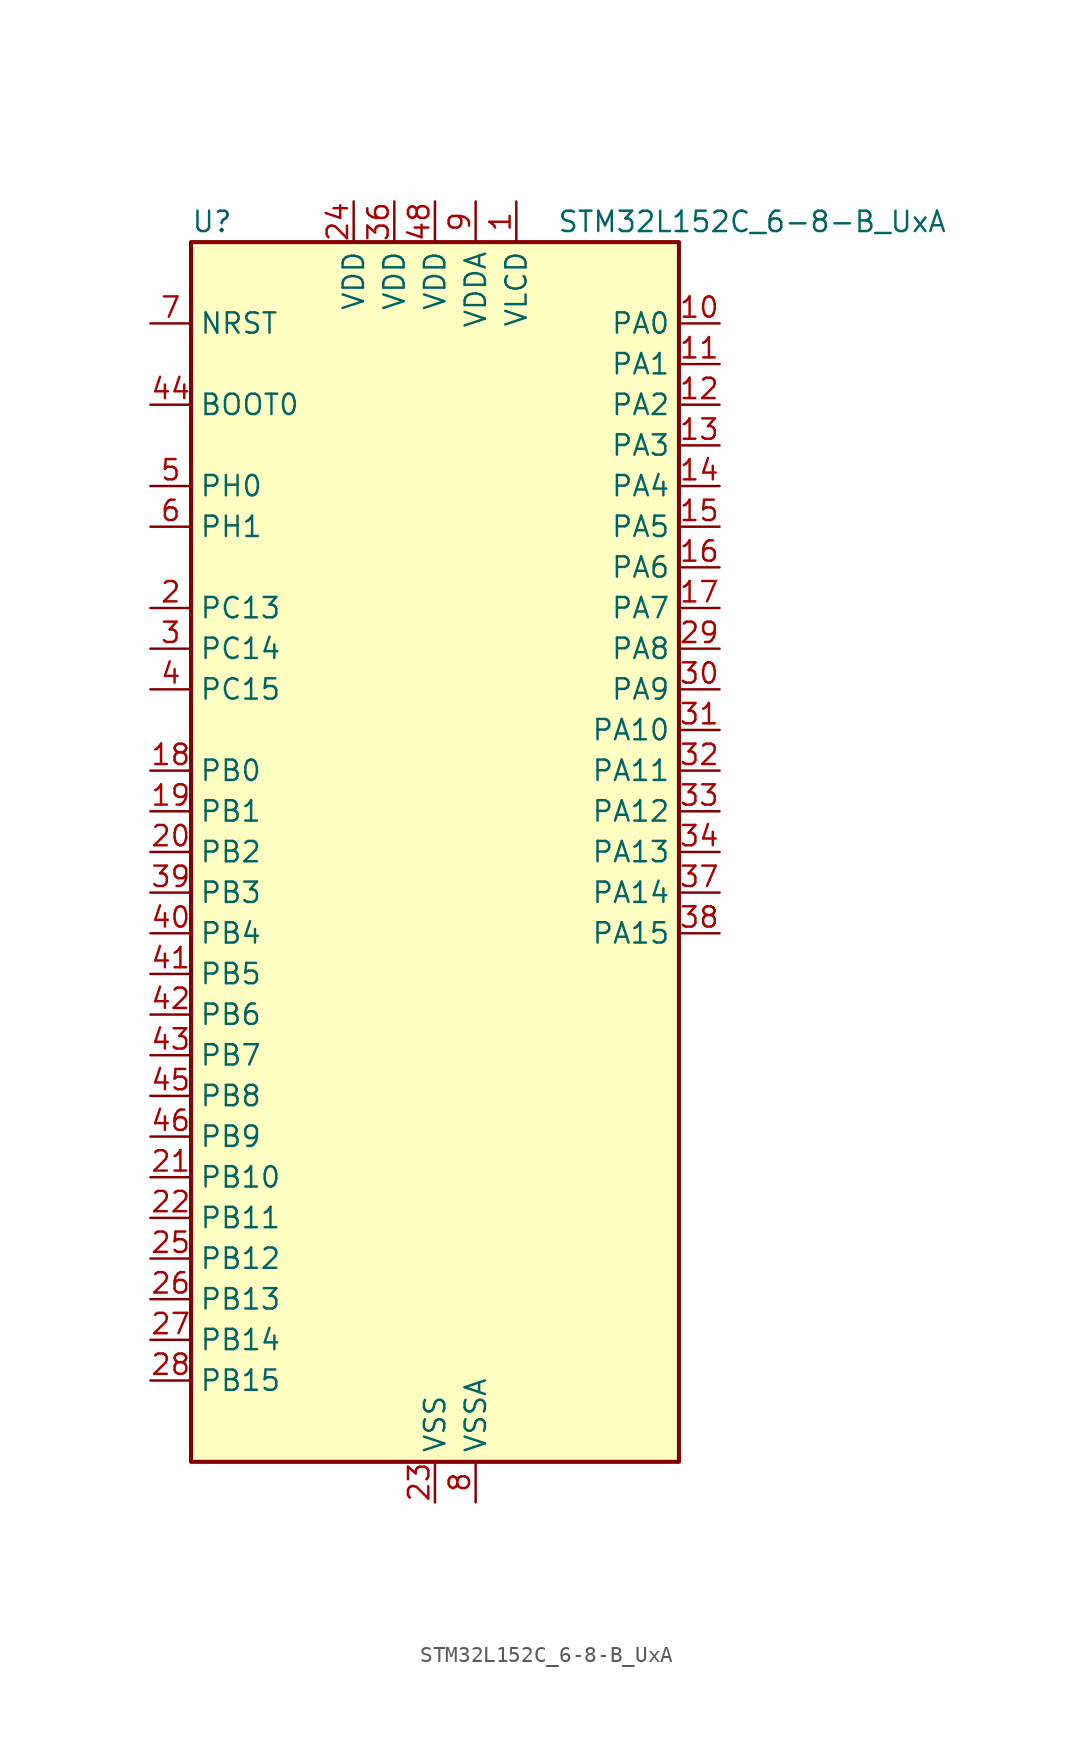
<source format=kicad_sym>
(kicad_symbol_lib
  (version 20241209)
  (generator "kicad_symbol_editor")
  (generator_version "9.0")
  (symbol "STM32L152C_6-8-B_UxA"
    (property "Reference" "U"
      (at -15.24 39.37 0)
      (effects (font (size 1.27 1.27)) (justify left)))
    (property "Value" "STM32L152C_6-8-B_UxA"
      (at 7.62 39.37 0)
      (effects (font (size 1.27 1.27)) (justify left)))
    (symbol "STM32L152C_6-8-B_UxA_0_1"
      (rectangle (start -15.24 -38.1) (end 15.24 38.1) (stroke (width 0.254) (type default)) (fill (type background))))
    (symbol "STM32L152C_6-8-B_UxA_1_1"
      (pin input line (at -17.78 33.02 0) (length 2.54) (name "NRST" (effects (font (size 1.27 1.27)))) (number "7" (effects (font (size 1.27 1.27)))))
      (pin input line (at -17.78 27.94 0) (length 2.54) (name "BOOT0" (effects (font (size 1.27 1.27)))) (number "44" (effects (font (size 1.27 1.27)))))
      (pin bidirectional line (at -17.78 22.86 0) (length 2.54) (name "PH0" (effects (font (size 1.27 1.27)))) (number "5" (effects (font (size 1.27 1.27)))) (alternate "RCC_OSC_IN" bidirectional line))
      (pin bidirectional line (at -17.78 20.32 0) (length 2.54) (name "PH1" (effects (font (size 1.27 1.27)))) (number "6" (effects (font (size 1.27 1.27)))) (alternate "RCC_OSC_OUT" bidirectional line))
      (pin bidirectional line (at -17.78 15.24 0) (length 2.54) (name "PC13" (effects (font (size 1.27 1.27)))) (number "2" (effects (font (size 1.27 1.27)))) (alternate "RTC_OUT_ALARM" bidirectional line) (alternate "RTC_OUT_CALIB" bidirectional line) (alternate "RTC_TAMP1" bidirectional line) (alternate "RTC_TS" bidirectional line) (alternate "SYS_WKUP2" bidirectional line) (alternate "TIMX_IC2" bidirectional line))
      (pin bidirectional line (at -17.78 12.7 0) (length 2.54) (name "PC14" (effects (font (size 1.27 1.27)))) (number "3" (effects (font (size 1.27 1.27)))) (alternate "RCC_OSC32_IN" bidirectional line) (alternate "TIMX_IC3" bidirectional line))
      (pin bidirectional line (at -17.78 10.16 0) (length 2.54) (name "PC15" (effects (font (size 1.27 1.27)))) (number "4" (effects (font (size 1.27 1.27)))) (alternate "ADC_EXTI15" bidirectional line) (alternate "RCC_OSC32_OUT" bidirectional line) (alternate "TIMX_IC4" bidirectional line))
      (pin bidirectional line (at -17.78 5.08 0) (length 2.54) (name "PB0" (effects (font (size 1.27 1.27)))) (number "18" (effects (font (size 1.27 1.27)))) (alternate "ADC_IN8" bidirectional line) (alternate "COMP1_INP" bidirectional line) (alternate "LCD_SEG5" bidirectional line) (alternate "SYS_V_REF_OUT" bidirectional line) (alternate "TIM3_CH3" bidirectional line) (alternate "TS_G3_IO1" bidirectional line))
      (pin bidirectional line (at -17.78 2.54 0) (length 2.54) (name "PB1" (effects (font (size 1.27 1.27)))) (number "19" (effects (font (size 1.27 1.27)))) (alternate "ADC_IN9" bidirectional line) (alternate "COMP1_INP" bidirectional line) (alternate "LCD_SEG6" bidirectional line) (alternate "SYS_V_REF_OUT" bidirectional line) (alternate "TIM3_CH4" bidirectional line) (alternate "TS_G3_IO2" bidirectional line))
      (pin bidirectional line (at -17.78 0 0) (length 2.54) (name "PB2" (effects (font (size 1.27 1.27)))) (number "20" (effects (font (size 1.27 1.27)))) (alternate "TS_G3_IO3" bidirectional line))
      (pin bidirectional line (at -17.78 -2.54 0) (length 2.54) (name "PB3" (effects (font (size 1.27 1.27)))) (number "39" (effects (font (size 1.27 1.27)))) (alternate "COMP2_INM" bidirectional line) (alternate "LCD_SEG7" bidirectional line) (alternate "SPI1_SCK" bidirectional line) (alternate "SYS_JTDO-TRACESWO" bidirectional line) (alternate "TIM2_CH2" bidirectional line))
      (pin bidirectional line (at -17.78 -5.08 0) (length 2.54) (name "PB4" (effects (font (size 1.27 1.27)))) (number "40" (effects (font (size 1.27 1.27)))) (alternate "COMP2_INP" bidirectional line) (alternate "LCD_SEG8" bidirectional line) (alternate "SPI1_MISO" bidirectional line) (alternate "SYS_JTRST" bidirectional line) (alternate "TIM3_CH1" bidirectional line) (alternate "TS_G6_IO1" bidirectional line))
      (pin bidirectional line (at -17.78 -7.62 0) (length 2.54) (name "PB5" (effects (font (size 1.27 1.27)))) (number "41" (effects (font (size 1.27 1.27)))) (alternate "COMP2_INP" bidirectional line) (alternate "I2C1_SMBA" bidirectional line) (alternate "LCD_SEG9" bidirectional line) (alternate "SPI1_MOSI" bidirectional line) (alternate "TIM3_CH2" bidirectional line) (alternate "TS_G6_IO2" bidirectional line))
      (pin bidirectional line (at -17.78 -10.16 0) (length 2.54) (name "PB6" (effects (font (size 1.27 1.27)))) (number "42" (effects (font (size 1.27 1.27)))) (alternate "I2C1_SCL" bidirectional line) (alternate "TIM4_CH1" bidirectional line) (alternate "TS_G6_IO3" bidirectional line) (alternate "USART1_TX" bidirectional line))
      (pin bidirectional line (at -17.78 -12.7 0) (length 2.54) (name "PB7" (effects (font (size 1.27 1.27)))) (number "43" (effects (font (size 1.27 1.27)))) (alternate "I2C1_SDA" bidirectional line) (alternate "SYS_PVD_IN" bidirectional line) (alternate "TIM4_CH2" bidirectional line) (alternate "TS_G6_IO4" bidirectional line) (alternate "USART1_RX" bidirectional line))
      (pin bidirectional line (at -17.78 -15.24 0) (length 2.54) (name "PB8" (effects (font (size 1.27 1.27)))) (number "45" (effects (font (size 1.27 1.27)))) (alternate "I2C1_SCL" bidirectional line) (alternate "LCD_SEG16" bidirectional line) (alternate "TIM10_CH1" bidirectional line) (alternate "TIM4_CH3" bidirectional line))
      (pin bidirectional line (at -17.78 -17.78 0) (length 2.54) (name "PB9" (effects (font (size 1.27 1.27)))) (number "46" (effects (font (size 1.27 1.27)))) (alternate "DAC_EXTI9" bidirectional line) (alternate "I2C1_SDA" bidirectional line) (alternate "LCD_COM3" bidirectional line) (alternate "TIM11_CH1" bidirectional line) (alternate "TIM4_CH4" bidirectional line))
      (pin bidirectional line (at -17.78 -20.32 0) (length 2.54) (name "PB10" (effects (font (size 1.27 1.27)))) (number "21" (effects (font (size 1.27 1.27)))) (alternate "I2C2_SCL" bidirectional line) (alternate "LCD_SEG10" bidirectional line) (alternate "TIM2_CH3" bidirectional line) (alternate "USART3_TX" bidirectional line))
      (pin bidirectional line (at -17.78 -22.86 0) (length 2.54) (name "PB11" (effects (font (size 1.27 1.27)))) (number "22" (effects (font (size 1.27 1.27)))) (alternate "ADC_EXTI11" bidirectional line) (alternate "I2C2_SDA" bidirectional line) (alternate "LCD_SEG11" bidirectional line) (alternate "TIM2_CH4" bidirectional line) (alternate "USART3_RX" bidirectional line))
      (pin bidirectional line (at -17.78 -25.4 0) (length 2.54) (name "PB12" (effects (font (size 1.27 1.27)))) (number "25" (effects (font (size 1.27 1.27)))) (alternate "ADC_IN18" bidirectional line) (alternate "COMP1_INP" bidirectional line) (alternate "I2C2_SMBA" bidirectional line) (alternate "LCD_SEG12" bidirectional line) (alternate "SPI2_NSS" bidirectional line) (alternate "TIM10_CH1" bidirectional line) (alternate "TS_G7_IO1" bidirectional line) (alternate "USART3_CK" bidirectional line))
      (pin bidirectional line (at -17.78 -27.94 0) (length 2.54) (name "PB13" (effects (font (size 1.27 1.27)))) (number "26" (effects (font (size 1.27 1.27)))) (alternate "ADC_IN19" bidirectional line) (alternate "COMP1_INP" bidirectional line) (alternate "LCD_SEG13" bidirectional line) (alternate "SPI2_SCK" bidirectional line) (alternate "TIM9_CH1" bidirectional line) (alternate "TS_G7_IO2" bidirectional line) (alternate "USART3_CTS" bidirectional line))
      (pin bidirectional line (at -17.78 -30.48 0) (length 2.54) (name "PB14" (effects (font (size 1.27 1.27)))) (number "27" (effects (font (size 1.27 1.27)))) (alternate "ADC_IN20" bidirectional line) (alternate "COMP1_INP" bidirectional line) (alternate "LCD_SEG14" bidirectional line) (alternate "SPI2_MISO" bidirectional line) (alternate "TIM9_CH2" bidirectional line) (alternate "TS_G7_IO3" bidirectional line) (alternate "USART3_RTS" bidirectional line))
      (pin bidirectional line (at -17.78 -33.02 0) (length 2.54) (name "PB15" (effects (font (size 1.27 1.27)))) (number "28" (effects (font (size 1.27 1.27)))) (alternate "ADC_EXTI15" bidirectional line) (alternate "ADC_IN21" bidirectional line) (alternate "COMP1_INP" bidirectional line) (alternate "LCD_SEG15" bidirectional line) (alternate "RTC_REFIN" bidirectional line) (alternate "SPI2_MOSI" bidirectional line) (alternate "TIM11_CH1" bidirectional line) (alternate "TS_G7_IO4" bidirectional line))
      (pin power_in line (at -5.08 40.64 270) (length 2.54) (name "VDD" (effects (font (size 1.27 1.27)))) (number "24" (effects (font (size 1.27 1.27)))))
      (pin power_in line (at -2.54 40.64 270) (length 2.54) (name "VDD" (effects (font (size 1.27 1.27)))) (number "36" (effects (font (size 1.27 1.27)))))
      (pin power_in line (at 0 40.64 270) (length 2.54) (name "VDD" (effects (font (size 1.27 1.27)))) (number "48" (effects (font (size 1.27 1.27)))))
      (pin power_in line (at 0 -40.64 90) (length 2.54) (name "VSS" (effects (font (size 1.27 1.27)))) (number "23" (effects (font (size 1.27 1.27)))))
      (pin passive line (at 0 -40.64 90) (length 2.54) (hide yes) (name "VSS" (effects (font (size 1.27 1.27)))) (number "35" (effects (font (size 1.27 1.27)))))
      (pin passive line (at 0 -40.64 90) (length 2.54) (hide yes) (name "VSS" (effects (font (size 1.27 1.27)))) (number "47" (effects (font (size 1.27 1.27)))))
      (pin passive line (at 0 -40.64 90) (length 2.54) (hide yes) (name "VSS" (effects (font (size 1.27 1.27)))) (number "49" (effects (font (size 1.27 1.27)))))
      (pin power_in line (at 2.54 40.64 270) (length 2.54) (name "VDDA" (effects (font (size 1.27 1.27)))) (number "9" (effects (font (size 1.27 1.27)))))
      (pin power_in line (at 2.54 -40.64 90) (length 2.54) (name "VSSA" (effects (font (size 1.27 1.27)))) (number "8" (effects (font (size 1.27 1.27)))))
      (pin power_in line (at 5.08 40.64 270) (length 2.54) (name "VLCD" (effects (font (size 1.27 1.27)))) (number "1" (effects (font (size 1.27 1.27)))))
      (pin bidirectional line (at 17.78 33.02 180) (length 2.54) (name "PA0" (effects (font (size 1.27 1.27)))) (number "10" (effects (font (size 1.27 1.27)))) (alternate "ADC_IN0" bidirectional line) (alternate "COMP1_INP" bidirectional line) (alternate "RTC_TAMP2" bidirectional line) (alternate "SYS_WKUP1" bidirectional line) (alternate "TIM2_CH1" bidirectional line) (alternate "TIM2_ETR" bidirectional line) (alternate "TIMX_IC1" bidirectional line) (alternate "TS_G1_IO1" bidirectional line) (alternate "USART2_CTS" bidirectional line))
      (pin bidirectional line (at 17.78 30.48 180) (length 2.54) (name "PA1" (effects (font (size 1.27 1.27)))) (number "11" (effects (font (size 1.27 1.27)))) (alternate "ADC_IN1" bidirectional line) (alternate "COMP1_INP" bidirectional line) (alternate "LCD_SEG0" bidirectional line) (alternate "TIM2_CH2" bidirectional line) (alternate "TIMX_IC2" bidirectional line) (alternate "TS_G1_IO2" bidirectional line) (alternate "USART2_RTS" bidirectional line))
      (pin bidirectional line (at 17.78 27.94 180) (length 2.54) (name "PA2" (effects (font (size 1.27 1.27)))) (number "12" (effects (font (size 1.27 1.27)))) (alternate "ADC_IN2" bidirectional line) (alternate "COMP1_INP" bidirectional line) (alternate "LCD_SEG1" bidirectional line) (alternate "TIM2_CH3" bidirectional line) (alternate "TIM9_CH1" bidirectional line) (alternate "TIMX_IC3" bidirectional line) (alternate "TS_G1_IO3" bidirectional line) (alternate "USART2_TX" bidirectional line))
      (pin bidirectional line (at 17.78 25.4 180) (length 2.54) (name "PA3" (effects (font (size 1.27 1.27)))) (number "13" (effects (font (size 1.27 1.27)))) (alternate "ADC_IN3" bidirectional line) (alternate "COMP1_INP" bidirectional line) (alternate "LCD_SEG2" bidirectional line) (alternate "TIM2_CH4" bidirectional line) (alternate "TIM9_CH2" bidirectional line) (alternate "TIMX_IC4" bidirectional line) (alternate "TS_G1_IO4" bidirectional line) (alternate "USART2_RX" bidirectional line))
      (pin bidirectional line (at 17.78 22.86 180) (length 2.54) (name "PA4" (effects (font (size 1.27 1.27)))) (number "14" (effects (font (size 1.27 1.27)))) (alternate "ADC_IN4" bidirectional line) (alternate "COMP1_INP" bidirectional line) (alternate "DAC_OUT1" bidirectional line) (alternate "SPI1_NSS" bidirectional line) (alternate "TIMX_IC1" bidirectional line) (alternate "USART2_CK" bidirectional line))
      (pin bidirectional line (at 17.78 20.32 180) (length 2.54) (name "PA5" (effects (font (size 1.27 1.27)))) (number "15" (effects (font (size 1.27 1.27)))) (alternate "ADC_IN5" bidirectional line) (alternate "COMP1_INP" bidirectional line) (alternate "DAC_OUT2" bidirectional line) (alternate "SPI1_SCK" bidirectional line) (alternate "TIM2_CH1" bidirectional line) (alternate "TIM2_ETR" bidirectional line) (alternate "TIMX_IC2" bidirectional line))
      (pin bidirectional line (at 17.78 17.78 180) (length 2.54) (name "PA6" (effects (font (size 1.27 1.27)))) (number "16" (effects (font (size 1.27 1.27)))) (alternate "ADC_IN6" bidirectional line) (alternate "COMP1_INP" bidirectional line) (alternate "LCD_SEG3" bidirectional line) (alternate "SPI1_MISO" bidirectional line) (alternate "TIM10_CH1" bidirectional line) (alternate "TIM3_CH1" bidirectional line) (alternate "TIMX_IC3" bidirectional line) (alternate "TS_G2_IO1" bidirectional line))
      (pin bidirectional line (at 17.78 15.24 180) (length 2.54) (name "PA7" (effects (font (size 1.27 1.27)))) (number "17" (effects (font (size 1.27 1.27)))) (alternate "ADC_IN7" bidirectional line) (alternate "COMP1_INP" bidirectional line) (alternate "LCD_SEG4" bidirectional line) (alternate "SPI1_MOSI" bidirectional line) (alternate "TIM11_CH1" bidirectional line) (alternate "TIM3_CH2" bidirectional line) (alternate "TIMX_IC4" bidirectional line) (alternate "TS_G2_IO2" bidirectional line))
      (pin bidirectional line (at 17.78 12.7 180) (length 2.54) (name "PA8" (effects (font (size 1.27 1.27)))) (number "29" (effects (font (size 1.27 1.27)))) (alternate "LCD_COM0" bidirectional line) (alternate "RCC_MCO" bidirectional line) (alternate "TIMX_IC1" bidirectional line) (alternate "TS_G4_IO1" bidirectional line) (alternate "USART1_CK" bidirectional line))
      (pin bidirectional line (at 17.78 10.16 180) (length 2.54) (name "PA9" (effects (font (size 1.27 1.27)))) (number "30" (effects (font (size 1.27 1.27)))) (alternate "DAC_EXTI9" bidirectional line) (alternate "LCD_COM1" bidirectional line) (alternate "TIMX_IC2" bidirectional line) (alternate "TS_G4_IO2" bidirectional line) (alternate "USART1_TX" bidirectional line))
      (pin bidirectional line (at 17.78 7.62 180) (length 2.54) (name "PA10" (effects (font (size 1.27 1.27)))) (number "31" (effects (font (size 1.27 1.27)))) (alternate "LCD_COM2" bidirectional line) (alternate "TIMX_IC3" bidirectional line) (alternate "TS_G4_IO3" bidirectional line) (alternate "USART1_RX" bidirectional line))
      (pin bidirectional line (at 17.78 5.08 180) (length 2.54) (name "PA11" (effects (font (size 1.27 1.27)))) (number "32" (effects (font (size 1.27 1.27)))) (alternate "ADC_EXTI11" bidirectional line) (alternate "SPI1_MISO" bidirectional line) (alternate "TIMX_IC4" bidirectional line) (alternate "USART1_CTS" bidirectional line) (alternate "USB_DM" bidirectional line))
      (pin bidirectional line (at 17.78 2.54 180) (length 2.54) (name "PA12" (effects (font (size 1.27 1.27)))) (number "33" (effects (font (size 1.27 1.27)))) (alternate "SPI1_MOSI" bidirectional line) (alternate "TIMX_IC1" bidirectional line) (alternate "USART1_RTS" bidirectional line) (alternate "USB_DP" bidirectional line))
      (pin bidirectional line (at 17.78 0 180) (length 2.54) (name "PA13" (effects (font (size 1.27 1.27)))) (number "34" (effects (font (size 1.27 1.27)))) (alternate "SYS_JTMS-SWDIO" bidirectional line) (alternate "TIMX_IC2" bidirectional line) (alternate "TS_G5_IO1" bidirectional line))
      (pin bidirectional line (at 17.78 -2.54 180) (length 2.54) (name "PA14" (effects (font (size 1.27 1.27)))) (number "37" (effects (font (size 1.27 1.27)))) (alternate "SYS_JTCK-SWCLK" bidirectional line) (alternate "TIMX_IC3" bidirectional line) (alternate "TS_G5_IO2" bidirectional line))
      (pin bidirectional line (at 17.78 -5.08 180) (length 2.54) (name "PA15" (effects (font (size 1.27 1.27)))) (number "38" (effects (font (size 1.27 1.27)))) (alternate "ADC_EXTI15" bidirectional line) (alternate "LCD_SEG17" bidirectional line) (alternate "SPI1_NSS" bidirectional line) (alternate "SYS_JTDI" bidirectional line) (alternate "TIM2_CH1" bidirectional line) (alternate "TIM2_ETR" bidirectional line) (alternate "TIMX_IC4" bidirectional line) (alternate "TS_G5_IO3" bidirectional line)))))
</source>
